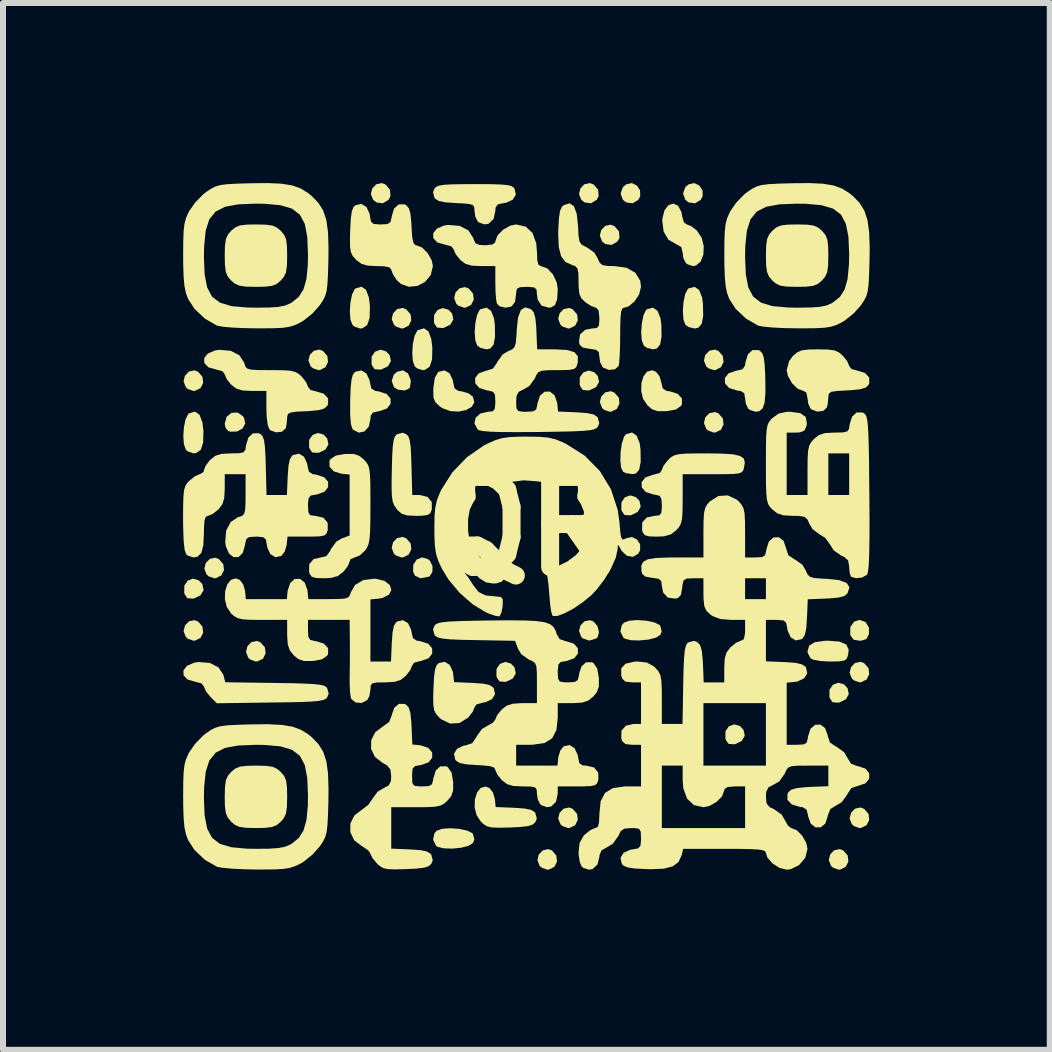
<source format=kicad_pcb>
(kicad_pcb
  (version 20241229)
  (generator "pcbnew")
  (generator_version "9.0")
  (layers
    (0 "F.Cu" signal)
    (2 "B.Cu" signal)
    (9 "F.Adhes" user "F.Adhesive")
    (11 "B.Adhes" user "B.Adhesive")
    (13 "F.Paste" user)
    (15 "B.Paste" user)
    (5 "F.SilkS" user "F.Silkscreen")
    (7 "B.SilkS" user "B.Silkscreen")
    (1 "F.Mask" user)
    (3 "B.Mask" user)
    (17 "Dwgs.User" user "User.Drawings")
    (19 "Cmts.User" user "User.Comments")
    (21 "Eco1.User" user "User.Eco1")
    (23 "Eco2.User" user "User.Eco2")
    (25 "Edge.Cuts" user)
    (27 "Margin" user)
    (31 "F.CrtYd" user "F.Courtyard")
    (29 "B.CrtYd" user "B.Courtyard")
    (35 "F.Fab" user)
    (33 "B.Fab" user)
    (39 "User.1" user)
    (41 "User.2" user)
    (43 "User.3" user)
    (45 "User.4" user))
  (footprint "QR"
    (layer "F.Cu")
    (at 5.722 5.717)
    (property "Reference" "QR" (at 0 0 0) (layer "F.SilkS") (effects (font (size 1.5 1.5) (thickness 0.3))))
    (attr board_only exclude_from_pos_files exclude_from_bom)
    (fp_poly (pts (xy -2.351 -5.695) (xy -2.274 -5.605) (xy -2.267 -5.498) (xy -2.299 -5.438) (xy -2.394 -5.38) (xy -2.501 -5.395) (xy -2.556 -5.438) (xy -2.594 -5.534) (xy -2.57 -5.629) (xy -2.503 -5.697) (xy -2.412 -5.717)) (stroke (width 0) (type solid)) (fill yes) (layer "F.SilkS"))
    (fp_poly (pts (xy 1.116 -5.695) (xy 1.194 -5.605) (xy 1.201 -5.498) (xy 1.169 -5.438) (xy 1.073 -5.38) (xy 0.966 -5.395) (xy 0.912 -5.438) (xy 0.874 -5.534) (xy 0.898 -5.629) (xy 0.964 -5.697) (xy 1.055 -5.717)) (stroke (width 0) (type solid)) (fill yes) (layer "F.SilkS"))
    (fp_poly (pts (xy 1.463 -5.001) (xy 1.541 -4.912) (xy 1.548 -4.804) (xy 1.515 -4.744) (xy 1.42 -4.687) (xy 1.313 -4.701) (xy 1.259 -4.744) (xy 1.221 -4.841) (xy 1.244 -4.935) (xy 1.311 -5.004) (xy 1.402 -5.024)) (stroke (width 0) (type solid)) (fill yes) (layer "F.SilkS"))
    (fp_poly (pts (xy 1.839 -5.676) (xy 1.891 -5.595) (xy 1.894 -5.497) (xy 1.862 -5.438) (xy 1.767 -5.38) (xy 1.66 -5.395) (xy 1.605 -5.438) (xy 1.567 -5.542) (xy 1.603 -5.646) (xy 1.658 -5.695) (xy 1.755 -5.717)) (stroke (width 0) (type solid)) (fill yes) (layer "F.SilkS"))
    (fp_poly (pts (xy 2.879 -5.676) (xy 2.932 -5.595) (xy 2.934 -5.497) (xy 2.902 -5.438) (xy 2.807 -5.38) (xy 2.7 -5.395) (xy 2.646 -5.438) (xy 2.607 -5.542) (xy 2.644 -5.646) (xy 2.698 -5.695) (xy 2.795 -5.717)) (stroke (width 0) (type solid)) (fill yes) (layer "F.SilkS"))
    (fp_poly (pts (xy -5.472 -2.574) (xy -5.399 -2.489) (xy -5.387 -2.389) (xy -5.431 -2.301) (xy -5.524 -2.255) (xy -5.548 -2.254) (xy -5.64 -2.285) (xy -5.676 -2.317) (xy -5.714 -2.414) (xy -5.691 -2.508) (xy -5.624 -2.577) (xy -5.533 -2.597)) (stroke (width 0) (type solid)) (fill yes) (layer "F.SilkS"))
    (fp_poly (pts (xy -5.472 1.587) (xy -5.399 1.672) (xy -5.387 1.773) (xy -5.431 1.86) (xy -5.524 1.906) (xy -5.548 1.907) (xy -5.64 1.876) (xy -5.676 1.844) (xy -5.714 1.748) (xy -5.691 1.653) (xy -5.624 1.584) (xy -5.533 1.565)) (stroke (width 0) (type solid)) (fill yes) (layer "F.SilkS"))
    (fp_poly (pts (xy -5.461 0.901) (xy -5.401 0.964) (xy -5.38 1.064) (xy -5.431 1.15) (xy -5.538 1.202) (xy -5.562 1.206) (xy -5.652 1.198) (xy -5.697 1.131) (xy -5.703 1.107) (xy -5.701 0.988) (xy -5.645 0.906) (xy -5.556 0.873)) (stroke (width 0) (type solid)) (fill yes) (layer "F.SilkS"))
    (fp_poly (pts (xy -5.126 0.547) (xy -5.052 0.632) (xy -5.04 0.732) (xy -5.085 0.82) (xy -5.177 0.865) (xy -5.201 0.867) (xy -5.293 0.836) (xy -5.33 0.804) (xy -5.368 0.707) (xy -5.344 0.613) (xy -5.277 0.544) (xy -5.186 0.524)) (stroke (width 0) (type solid)) (fill yes) (layer "F.SilkS"))
    (fp_poly (pts (xy -4.725 -1.833) (xy -4.708 -1.81) (xy -4.686 -1.713) (xy -4.73 -1.63) (xy -4.819 -1.579) (xy -4.933 -1.575) (xy -4.974 -1.588) (xy -5.017 -1.645) (xy -5.028 -1.71) (xy -4.996 -1.825) (xy -4.916 -1.889) (xy -4.817 -1.895)) (stroke (width 0) (type solid)) (fill yes) (layer "F.SilkS"))
    (fp_poly (pts (xy -4.432 1.934) (xy -4.358 2.019) (xy -4.347 2.119) (xy -4.391 2.207) (xy -4.484 2.252) (xy -4.508 2.254) (xy -4.599 2.223) (xy -4.636 2.191) (xy -4.674 2.094) (xy -4.65 2) (xy -4.584 1.931) (xy -4.493 1.911)) (stroke (width 0) (type solid)) (fill yes) (layer "F.SilkS"))
    (fp_poly (pts (xy -3.392 -2.921) (xy -3.318 -2.836) (xy -3.307 -2.735) (xy -3.351 -2.648) (xy -3.443 -2.602) (xy -3.468 -2.601) (xy -3.559 -2.632) (xy -3.596 -2.664) (xy -3.634 -2.76) (xy -3.61 -2.855) (xy -3.544 -2.923) (xy -3.452 -2.943)) (stroke (width 0) (type solid)) (fill yes) (layer "F.SilkS"))
    (fp_poly (pts (xy -3.381 -1.527) (xy -3.321 -1.463) (xy -3.3 -1.364) (xy -3.35 -1.277) (xy -3.458 -1.226) (xy -3.481 -1.222) (xy -3.571 -1.229) (xy -3.616 -1.296) (xy -3.623 -1.32) (xy -3.621 -1.439) (xy -3.564 -1.521) (xy -3.476 -1.554)) (stroke (width 0) (type solid)) (fill yes) (layer "F.SilkS"))
    (fp_poly (pts (xy -2.34 -2.914) (xy -2.28 -2.85) (xy -2.259 -2.751) (xy -2.31 -2.664) (xy -2.417 -2.613) (xy -2.441 -2.609) (xy -2.531 -2.616) (xy -2.576 -2.683) (xy -2.582 -2.707) (xy -2.581 -2.826) (xy -2.524 -2.908) (xy -2.436 -2.941)) (stroke (width 0) (type solid)) (fill yes) (layer "F.SilkS"))
    (fp_poly (pts (xy -2.005 -3.614) (xy -1.931 -3.529) (xy -1.92 -3.429) (xy -1.964 -3.341) (xy -2.056 -3.296) (xy -2.081 -3.294) (xy -2.172 -3.325) (xy -2.209 -3.357) (xy -2.247 -3.454) (xy -2.223 -3.548) (xy -2.157 -3.617) (xy -2.065 -3.637)) (stroke (width 0) (type solid)) (fill yes) (layer "F.SilkS"))
    (fp_poly (pts (xy -2.005 0.2) (xy -1.931 0.285) (xy -1.92 0.386) (xy -1.964 0.473) (xy -2.056 0.519) (xy -2.081 0.52) (xy -2.172 0.489) (xy -2.209 0.457) (xy -2.247 0.361) (xy -2.223 0.266) (xy -2.157 0.197) (xy -2.065 0.178)) (stroke (width 0) (type solid)) (fill yes) (layer "F.SilkS"))
    (fp_poly (pts (xy -1.976 -2.548) (xy -1.932 -2.443) (xy -1.929 -2.401) (xy -1.944 -2.307) (xy -2.004 -2.269) (xy -2.041 -2.263) (xy -2.146 -2.276) (xy -2.207 -2.315) (xy -2.247 -2.42) (xy -2.211 -2.525) (xy -2.156 -2.574) (xy -2.058 -2.597)) (stroke (width 0) (type solid)) (fill yes) (layer "F.SilkS"))
    (fp_poly (pts (xy -1.641 0.548) (xy -1.612 0.572) (xy -1.567 0.66) (xy -1.568 0.76) (xy -1.613 0.832) (xy -1.629 0.841) (xy -1.768 0.867) (xy -1.858 0.824) (xy -1.89 0.758) (xy -1.887 0.64) (xy -1.83 0.555) (xy -1.74 0.519)) (stroke (width 0) (type solid)) (fill yes) (layer "F.SilkS"))
    (fp_poly (pts (xy -1.3 -3.607) (xy -1.24 -3.543) (xy -1.219 -3.444) (xy -1.27 -3.358) (xy -1.377 -3.306) (xy -1.401 -3.302) (xy -1.491 -3.31) (xy -1.536 -3.377) (xy -1.542 -3.4) (xy -1.54 -3.52) (xy -1.483 -3.602) (xy -1.395 -3.635)) (stroke (width 0) (type solid)) (fill yes) (layer "F.SilkS"))
    (fp_poly (pts (xy -0.964 -3.961) (xy -0.891 -3.876) (xy -0.879 -3.776) (xy -0.923 -3.688) (xy -1.016 -3.642) (xy -1.04 -3.641) (xy -1.132 -3.672) (xy -1.169 -3.704) (xy -1.206 -3.801) (xy -1.183 -3.895) (xy -1.116 -3.964) (xy -1.025 -3.984)) (stroke (width 0) (type solid)) (fill yes) (layer "F.SilkS"))
    (fp_poly (pts (xy -0.26 2.288) (xy -0.2 2.351) (xy -0.179 2.451) (xy -0.229 2.537) (xy -0.337 2.589) (xy -0.36 2.593) (xy -0.451 2.585) (xy -0.495 2.518) (xy -0.502 2.494) (xy -0.5 2.375) (xy -0.443 2.293) (xy -0.355 2.26)) (stroke (width 0) (type solid)) (fill yes) (layer "F.SilkS"))
    (fp_poly (pts (xy 0.423 5.401) (xy 0.496 5.486) (xy 0.508 5.587) (xy 0.464 5.674) (xy 0.371 5.72) (xy 0.347 5.722) (xy 0.255 5.69) (xy 0.218 5.659) (xy 0.181 5.562) (xy 0.204 5.468) (xy 0.271 5.399) (xy 0.362 5.379)) (stroke (width 0) (type solid)) (fill yes) (layer "F.SilkS"))
    (fp_poly (pts (xy 0.769 -3.614) (xy 0.843 -3.529) (xy 0.854 -3.429) (xy 0.81 -3.341) (xy 0.718 -3.296) (xy 0.694 -3.294) (xy 0.602 -3.325) (xy 0.565 -3.357) (xy 0.527 -3.454) (xy 0.551 -3.548) (xy 0.618 -3.617) (xy 0.709 -3.637)) (stroke (width 0) (type solid)) (fill yes) (layer "F.SilkS"))
    (fp_poly (pts (xy 0.769 4.708) (xy 0.843 4.793) (xy 0.854 4.893) (xy 0.81 4.981) (xy 0.718 5.026) (xy 0.694 5.028) (xy 0.602 4.997) (xy 0.565 4.965) (xy 0.527 4.868) (xy 0.551 4.774) (xy 0.618 4.705) (xy 0.709 4.685)) (stroke (width 0) (type solid)) (fill yes) (layer "F.SilkS"))
    (fp_poly (pts (xy 1.116 1.587) (xy 1.182 1.664) (xy 1.207 1.764) (xy 1.185 1.849) (xy 1.163 1.869) (xy 1.044 1.905) (xy 0.936 1.868) (xy 0.912 1.844) (xy 0.874 1.748) (xy 0.898 1.653) (xy 0.964 1.584) (xy 1.056 1.565)) (stroke (width 0) (type solid)) (fill yes) (layer "F.SilkS"))
    (fp_poly (pts (xy 1.127 -2.567) (xy 1.187 -2.503) (xy 1.208 -2.404) (xy 1.158 -2.317) (xy 1.05 -2.266) (xy 1.027 -2.262) (xy 0.936 -2.27) (xy 0.892 -2.337) (xy 0.885 -2.36) (xy 0.887 -2.48) (xy 0.944 -2.561) (xy 1.032 -2.594)) (stroke (width 0) (type solid)) (fill yes) (layer "F.SilkS"))
    (fp_poly (pts (xy 1.463 -2.227) (xy 1.537 -2.142) (xy 1.548 -2.042) (xy 1.504 -1.954) (xy 1.411 -1.909) (xy 1.387 -1.907) (xy 1.295 -1.938) (xy 1.259 -1.97) (xy 1.221 -2.067) (xy 1.244 -2.161) (xy 1.311 -2.23) (xy 1.402 -2.25)) (stroke (width 0) (type solid)) (fill yes) (layer "F.SilkS"))
    (fp_poly (pts (xy 1.821 -0.486) (xy 1.881 -0.423) (xy 1.902 -0.323) (xy 1.851 -0.237) (xy 1.744 -0.185) (xy 1.72 -0.181) (xy 1.63 -0.189) (xy 1.585 -0.256) (xy 1.579 -0.28) (xy 1.581 -0.399) (xy 1.637 -0.481) (xy 1.725 -0.514)) (stroke (width 0) (type solid)) (fill yes) (layer "F.SilkS"))
    (fp_poly (pts (xy 3.197 -2.921) (xy 3.27 -2.836) (xy 3.282 -2.735) (xy 3.238 -2.648) (xy 3.145 -2.602) (xy 3.121 -2.601) (xy 3.029 -2.632) (xy 2.993 -2.664) (xy 2.955 -2.76) (xy 2.978 -2.855) (xy 3.045 -2.923) (xy 3.136 -2.943)) (stroke (width 0) (type solid)) (fill yes) (layer "F.SilkS"))
    (fp_poly (pts (xy 3.197 -1.881) (xy 3.27 -1.796) (xy 3.282 -1.695) (xy 3.238 -1.607) (xy 3.145 -1.562) (xy 3.121 -1.56) (xy 3.029 -1.592) (xy 2.993 -1.623) (xy 2.955 -1.72) (xy 2.978 -1.814) (xy 3.045 -1.883) (xy 3.136 -1.903)) (stroke (width 0) (type solid)) (fill yes) (layer "F.SilkS"))
    (fp_poly (pts (xy 3.555 3.328) (xy 3.615 3.392) (xy 3.636 3.491) (xy 3.585 3.577) (xy 3.478 3.629) (xy 3.454 3.633) (xy 3.364 3.625) (xy 3.319 3.558) (xy 3.313 3.535) (xy 3.314 3.415) (xy 3.371 3.333) (xy 3.459 3.301)) (stroke (width 0) (type solid)) (fill yes) (layer "F.SilkS"))
    (fp_poly (pts (xy 5.277 5.401) (xy 5.351 5.486) (xy 5.362 5.587) (xy 5.318 5.674) (xy 5.225 5.72) (xy 5.201 5.722) (xy 5.11 5.69) (xy 5.073 5.659) (xy 5.035 5.562) (xy 5.059 5.468) (xy 5.125 5.399) (xy 5.217 5.379)) (stroke (width 0) (type solid)) (fill yes) (layer "F.SilkS"))
    (fp_poly (pts (xy 5.288 2.634) (xy 5.348 2.698) (xy 5.369 2.797) (xy 5.319 2.884) (xy 5.211 2.936) (xy 5.188 2.939) (xy 5.098 2.932) (xy 5.053 2.865) (xy 5.046 2.841) (xy 5.048 2.722) (xy 5.105 2.64) (xy 5.193 2.607)) (stroke (width 0) (type solid)) (fill yes) (layer "F.SilkS"))
    (fp_poly (pts (xy 5.624 2.28) (xy 5.698 2.365) (xy 5.709 2.466) (xy 5.665 2.554) (xy 5.572 2.599) (xy 5.548 2.601) (xy 5.457 2.569) (xy 5.42 2.538) (xy 5.382 2.441) (xy 5.406 2.347) (xy 5.472 2.278) (xy 5.563 2.258)) (stroke (width 0) (type solid)) (fill yes) (layer "F.SilkS"))
    (fp_poly (pts (xy 5.624 4.708) (xy 5.698 4.793) (xy 5.709 4.893) (xy 5.665 4.981) (xy 5.572 5.026) (xy 5.548 5.028) (xy 5.457 4.997) (xy 5.42 4.965) (xy 5.382 4.868) (xy 5.406 4.774) (xy 5.472 4.705) (xy 5.563 4.685)) (stroke (width 0) (type solid)) (fill yes) (layer "F.SilkS"))
    (fp_poly (pts (xy 5.649 1.597) (xy 5.705 1.69) (xy 5.704 1.798) (xy 5.663 1.879) (xy 5.577 1.906) (xy 5.548 1.907) (xy 5.448 1.89) (xy 5.399 1.822) (xy 5.392 1.798) (xy 5.395 1.677) (xy 5.458 1.589) (xy 5.548 1.56)) (stroke (width 0) (type solid)) (fill yes) (layer "F.SilkS"))
    (fp_poly (pts (xy -5.448 -1.858) (xy -5.4 -1.728) (xy -5.383 -1.585) (xy -5.388 -1.391) (xy -5.428 -1.271) (xy -5.507 -1.218) (xy -5.548 -1.214) (xy -5.64 -1.245) (xy -5.675 -1.275) (xy -5.708 -1.364) (xy -5.718 -1.499) (xy -5.708 -1.649) (xy -5.68 -1.783) (xy -5.636 -1.87) (xy -5.624 -1.881) (xy -5.523 -1.91)) (stroke (width 0) (type solid)) (fill yes) (layer "F.SilkS"))
    (fp_poly (pts (xy -2.674 -3.939) (xy -2.626 -3.809) (xy -2.609 -3.665) (xy -2.614 -3.472) (xy -2.654 -3.352) (xy -2.733 -3.298) (xy -2.774 -3.294) (xy -2.866 -3.325) (xy -2.901 -3.356) (xy -2.934 -3.444) (xy -2.944 -3.579) (xy -2.934 -3.729) (xy -2.906 -3.864) (xy -2.862 -3.951) (xy -2.85 -3.961) (xy -2.749 -3.991)) (stroke (width 0) (type solid)) (fill yes) (layer "F.SilkS"))
    (fp_poly (pts (xy -1.634 -3.245) (xy -1.586 -3.115) (xy -1.569 -2.972) (xy -1.574 -2.778) (xy -1.614 -2.658) (xy -1.693 -2.605) (xy -1.734 -2.601) (xy -1.826 -2.632) (xy -1.861 -2.662) (xy -1.894 -2.751) (xy -1.904 -2.886) (xy -1.894 -3.036) (xy -1.866 -3.17) (xy -1.822 -3.257) (xy -1.81 -3.268) (xy -1.709 -3.297)) (stroke (width 0) (type solid)) (fill yes) (layer "F.SilkS"))
    (fp_poly (pts (xy -0.592 -3.59) (xy -0.542 -3.464) (xy -0.528 -3.358) (xy -0.525 -3.156) (xy -0.549 -3.027) (xy -0.603 -2.961) (xy -0.667 -2.947) (xy -0.769 -2.972) (xy -0.821 -3.009) (xy -0.854 -3.097) (xy -0.864 -3.232) (xy -0.853 -3.383) (xy -0.825 -3.517) (xy -0.782 -3.604) (xy -0.769 -3.615) (xy -0.669 -3.642)) (stroke (width 0) (type solid)) (fill yes) (layer "F.SilkS"))
    (fp_poly (pts (xy 1.835 -1.509) (xy 1.885 -1.384) (xy 1.899 -1.277) (xy 1.902 -1.073) (xy 1.877 -0.944) (xy 1.822 -0.879) (xy 1.765 -0.868) (xy 1.662 -0.884) (xy 1.612 -0.904) (xy 1.577 -0.97) (xy 1.563 -1.091) (xy 1.567 -1.238) (xy 1.588 -1.381) (xy 1.624 -1.491) (xy 1.658 -1.534) (xy 1.758 -1.561)) (stroke (width 0) (type solid)) (fill yes) (layer "F.SilkS"))
    (fp_poly (pts (xy 2.182 -3.59) (xy 2.232 -3.464) (xy 2.246 -3.358) (xy 2.249 -3.156) (xy 2.225 -3.027) (xy 2.171 -2.961) (xy 2.107 -2.947) (xy 2.005 -2.972) (xy 1.954 -3.009) (xy 1.92 -3.097) (xy 1.91 -3.232) (xy 1.921 -3.383) (xy 1.949 -3.517) (xy 1.992 -3.604) (xy 2.005 -3.615) (xy 2.105 -3.642)) (stroke (width 0) (type solid)) (fill yes) (layer "F.SilkS"))
    (fp_poly (pts (xy 2.876 -3.936) (xy 2.925 -3.811) (xy 2.939 -3.704) (xy 2.943 -3.502) (xy 2.919 -3.374) (xy 2.864 -3.308) (xy 2.8 -3.294) (xy 2.698 -3.319) (xy 2.647 -3.356) (xy 2.614 -3.444) (xy 2.604 -3.579) (xy 2.614 -3.729) (xy 2.642 -3.864) (xy 2.686 -3.951) (xy 2.698 -3.961) (xy 2.798 -3.988)) (stroke (width 0) (type solid)) (fill yes) (layer "F.SilkS"))
    (fp_poly (pts (xy -1.125 5.041) (xy -0.991 5.07) (xy -0.904 5.113) (xy -0.893 5.126) (xy -0.869 5.219) (xy -0.893 5.277) (xy -0.964 5.324) (xy -1.09 5.356) (xy -1.24 5.371) (xy -1.382 5.366) (xy -1.485 5.34) (xy -1.507 5.325) (xy -1.557 5.223) (xy -1.535 5.117) (xy -1.499 5.074) (xy -1.41 5.041) (xy -1.275 5.031)) (stroke (width 0) (type solid)) (fill yes) (layer "F.SilkS"))
    (fp_poly (pts (xy 1.996 1.574) (xy 2.13 1.602) (xy 2.217 1.645) (xy 2.228 1.658) (xy 2.252 1.752) (xy 2.228 1.81) (xy 2.156 1.856) (xy 2.031 1.888) (xy 1.881 1.903) (xy 1.739 1.899) (xy 1.636 1.872) (xy 1.614 1.857) (xy 1.564 1.756) (xy 1.586 1.649) (xy 1.622 1.607) (xy 1.71 1.574) (xy 1.845 1.563)) (stroke (width 0) (type solid)) (fill yes) (layer "F.SilkS"))
    (fp_poly (pts (xy 5.216 1.922) (xy 5.326 1.97) (xy 5.367 2.055) (xy 5.357 2.145) (xy 5.336 2.205) (xy 5.294 2.237) (xy 5.211 2.251) (xy 5.064 2.254) (xy 5.058 2.254) (xy 4.901 2.246) (xy 4.782 2.225) (xy 4.733 2.202) (xy 4.687 2.117) (xy 4.681 2.081) (xy 4.71 1.988) (xy 4.801 1.932) (xy 4.964 1.909) (xy 5.031 1.907)) (stroke (width 0) (type solid)) (fill yes) (layer "F.SilkS"))
    (fp_poly (pts (xy 2.156 -2.574) (xy 2.215 -2.5) (xy 2.246 -2.393) (xy 2.269 -2.296) (xy 2.332 -2.255) (xy 2.393 -2.246) (xy 2.519 -2.206) (xy 2.589 -2.129) (xy 2.589 -2.033) (xy 2.574 -2.005) (xy 2.486 -1.944) (xy 2.326 -1.916) (xy 2.186 -1.916) (xy 2.091 -1.949) (xy 2.014 -2.014) (xy 1.941 -2.124) (xy 1.91 -2.253) (xy 1.914 -2.384) (xy 1.948 -2.498) (xy 2.009 -2.576) (xy 2.092 -2.599)) (stroke (width 0) (type solid)) (fill yes) (layer "F.SilkS"))
    (fp_poly (pts (xy -1.28 -2.545) (xy -1.228 -2.433) (xy -1.222 -2.393) (xy -1.199 -2.296) (xy -1.136 -2.255) (xy -1.075 -2.246) (xy -0.964 -2.213) (xy -0.893 -2.156) (xy -0.87 -2.063) (xy -0.915 -1.988) (xy -1.009 -1.935) (xy -1.133 -1.91) (xy -1.269 -1.918) (xy -1.4 -1.966) (xy -1.446 -1.997) (xy -1.517 -2.064) (xy -1.55 -2.138) (xy -1.554 -2.254) (xy -1.552 -2.308) (xy -1.528 -2.472) (xy -1.477 -2.563) (xy -1.463 -2.574) (xy -1.364 -2.596)) (stroke (width 0) (type solid)) (fill yes) (layer "F.SilkS"))
    (fp_poly (pts (xy -0.618 4.361) (xy -0.559 4.436) (xy -0.528 4.543) (xy -0.515 4.678) (xy -0.208 4.69) (xy -0.031 4.703) (xy 0.077 4.726) (xy 0.137 4.765) (xy 0.147 4.779) (xy 0.171 4.872) (xy 0.147 4.93) (xy 0.105 4.969) (xy 0.028 4.995) (xy -0.102 5.01) (xy -0.276 5.019) (xy -0.46 5.023) (xy -0.579 5.018) (xy -0.658 4.999) (xy -0.717 4.962) (xy -0.761 4.921) (xy -0.833 4.811) (xy -0.865 4.681) (xy -0.86 4.55) (xy -0.825 4.437) (xy -0.764 4.359) (xy -0.682 4.337)) (stroke (width 0) (type solid)) (fill yes) (layer "F.SilkS"))
    (fp_poly (pts (xy 2.526 -5.338) (xy 2.581 -5.232) (xy 2.593 -5.164) (xy 2.622 -5.061) (xy 2.67 -5.028) (xy 2.743 -4.999) (xy 2.833 -4.929) (xy 2.841 -4.922) (xy 2.918 -4.804) (xy 2.952 -4.665) (xy 2.946 -4.526) (xy 2.902 -4.411) (xy 2.824 -4.344) (xy 2.774 -4.334) (xy 2.683 -4.363) (xy 2.653 -4.386) (xy 2.613 -4.467) (xy 2.601 -4.555) (xy 2.578 -4.652) (xy 2.496 -4.698) (xy 2.493 -4.699) (xy 2.364 -4.773) (xy 2.284 -4.909) (xy 2.261 -5.093) (xy 2.262 -5.118) (xy 2.298 -5.264) (xy 2.366 -5.351) (xy 2.448 -5.376)) (stroke (width 0) (type solid)) (fill yes) (layer "F.SilkS"))
    (fp_poly (pts (xy -2.667 -2.545) (xy -2.615 -2.433) (xy -2.609 -2.393) (xy -2.586 -2.296) (xy -2.523 -2.255) (xy -2.462 -2.246) (xy -2.332 -2.204) (xy -2.266 -2.128) (xy -2.265 -2.039) (xy -2.327 -1.961) (xy -2.453 -1.917) (xy -2.464 -1.915) (xy -2.56 -1.894) (xy -2.597 -1.84) (xy -2.601 -1.783) (xy -2.629 -1.658) (xy -2.701 -1.579) (xy -2.795 -1.559) (xy -2.888 -1.607) (xy -2.9 -1.621) (xy -2.926 -1.702) (xy -2.939 -1.863) (xy -2.938 -2.099) (xy -2.938 -2.104) (xy -2.93 -2.308) (xy -2.916 -2.441) (xy -2.894 -2.522) (xy -2.861 -2.567) (xy -2.85 -2.574) (xy -2.751 -2.596)) (stroke (width 0) (type solid)) (fill yes) (layer "F.SilkS"))
    (fp_poly (pts (xy 3.862 -2.935) (xy 3.89 -2.921) (xy 3.927 -2.883) (xy 3.951 -2.813) (xy 3.967 -2.695) (xy 3.977 -2.511) (xy 3.978 -2.451) (xy 3.98 -2.219) (xy 3.966 -2.06) (xy 3.934 -1.964) (xy 3.879 -1.917) (xy 3.818 -1.907) (xy 3.723 -1.936) (xy 3.693 -1.959) (xy 3.654 -2.039) (xy 3.641 -2.13) (xy 3.628 -2.215) (xy 3.57 -2.252) (xy 3.504 -2.262) (xy 3.374 -2.303) (xy 3.307 -2.38) (xy 3.304 -2.469) (xy 3.365 -2.547) (xy 3.491 -2.591) (xy 3.502 -2.592) (xy 3.599 -2.616) (xy 3.64 -2.678) (xy 3.649 -2.74) (xy 3.689 -2.866) (xy 3.765 -2.935)) (stroke (width 0) (type solid)) (fill yes) (layer "F.SilkS"))
    (fp_poly (pts (xy -4.339 -5.024) (xy -4.229 -5.008) (xy -4.154 -4.973) (xy -4.094 -4.922) (xy -4.037 -4.853) (xy -4.005 -4.775) (xy -3.991 -4.659) (xy -3.988 -4.508) (xy -3.992 -4.339) (xy -4.008 -4.229) (xy -4.043 -4.154) (xy -4.094 -4.094) (xy -4.162 -4.037) (xy -4.241 -4.005) (xy -4.356 -3.991) (xy -4.508 -3.988) (xy -4.677 -3.992) (xy -4.786 -4.008) (xy -4.862 -4.043) (xy -4.922 -4.094) (xy -4.979 -4.162) (xy -5.011 -4.241) (xy -5.025 -4.356) (xy -5.028 -4.508) (xy -5.024 -4.677) (xy -5.008 -4.786) (xy -4.973 -4.862) (xy -4.922 -4.922) (xy -4.853 -4.979) (xy -4.775 -5.011) (xy -4.659 -5.025) (xy -4.508 -5.028)) (stroke (width 0) (type solid)) (fill yes) (layer "F.SilkS"))
    (fp_poly (pts (xy -4.339 3.992) (xy -4.229 4.008) (xy -4.154 4.043) (xy -4.094 4.094) (xy -4.037 4.162) (xy -4.005 4.241) (xy -3.991 4.356) (xy -3.988 4.508) (xy -3.992 4.677) (xy -4.008 4.786) (xy -4.043 4.862) (xy -4.094 4.922) (xy -4.162 4.979) (xy -4.241 5.011) (xy -4.356 5.025) (xy -4.508 5.028) (xy -4.677 5.024) (xy -4.786 5.008) (xy -4.862 4.973) (xy -4.922 4.922) (xy -4.979 4.853) (xy -5.011 4.775) (xy -5.025 4.659) (xy -5.028 4.508) (xy -5.024 4.339) (xy -5.008 4.229) (xy -4.973 4.154) (xy -4.922 4.094) (xy -4.853 4.037) (xy -4.775 4.005) (xy -4.659 3.991) (xy -4.508 3.988)) (stroke (width 0) (type solid)) (fill yes) (layer "F.SilkS"))
    (fp_poly (pts (xy -2.005 -1.534) (xy -1.97 -1.499) (xy -1.947 -1.436) (xy -1.931 -1.329) (xy -1.922 -1.162) (xy -1.917 -1.003) (xy -1.904 -0.52) (xy -1.781 -0.52) (xy -1.649 -0.489) (xy -1.579 -0.404) (xy -1.578 -0.282) (xy -1.602 -0.219) (xy -1.649 -0.187) (xy -1.743 -0.175) (xy -1.84 -0.173) (xy -1.985 -0.18) (xy -2.076 -0.206) (xy -2.144 -0.263) (xy -2.165 -0.289) (xy -2.203 -0.345) (xy -2.229 -0.408) (xy -2.243 -0.497) (xy -2.248 -0.629) (xy -2.247 -0.821) (xy -2.244 -0.946) (xy -2.238 -1.177) (xy -2.228 -1.336) (xy -2.213 -1.438) (xy -2.191 -1.499) (xy -2.159 -1.532) (xy -2.156 -1.534) (xy -2.063 -1.558)) (stroke (width 0) (type solid)) (fill yes) (layer "F.SilkS"))
    (fp_poly (pts (xy -1.28 2.31) (xy -1.228 2.422) (xy -1.222 2.462) (xy -1.208 2.597) (xy -0.901 2.61) (xy -0.725 2.622) (xy -0.616 2.646) (xy -0.557 2.685) (xy -0.547 2.698) (xy -0.524 2.797) (xy -0.576 2.881) (xy -0.688 2.933) (xy -0.73 2.939) (xy -0.834 2.969) (xy -0.867 3.017) (xy -0.896 3.09) (xy -0.966 3.18) (xy -0.973 3.188) (xy -1.116 3.278) (xy -1.272 3.288) (xy -1.421 3.217) (xy -1.456 3.186) (xy -1.508 3.127) (xy -1.539 3.065) (xy -1.553 2.976) (xy -1.555 2.839) (xy -1.551 2.703) (xy -1.541 2.511) (xy -1.525 2.388) (xy -1.498 2.316) (xy -1.463 2.28) (xy -1.364 2.258)) (stroke (width 0) (type solid)) (fill yes) (layer "F.SilkS"))
    (fp_poly (pts (xy 4.677 -5.024) (xy 4.786 -5.008) (xy 4.862 -4.973) (xy 4.922 -4.922) (xy 4.979 -4.853) (xy 5.011 -4.775) (xy 5.025 -4.659) (xy 5.028 -4.508) (xy 5.024 -4.339) (xy 5.008 -4.229) (xy 4.973 -4.154) (xy 4.922 -4.094) (xy 4.853 -4.037) (xy 4.775 -4.005) (xy 4.659 -3.991) (xy 4.508 -3.988) (xy 4.339 -3.992) (xy 4.229 -4.008) (xy 4.154 -4.043) (xy 4.094 -4.094) (xy 4.037 -4.162) (xy 4.005 -4.241) (xy 3.991 -4.356) (xy 3.988 -4.508) (xy 3.992 -4.677) (xy 4.008 -4.786) (xy 4.043 -4.862) (xy 4.094 -4.922) (xy 4.162 -4.979) (xy 4.241 -5.011) (xy 4.356 -5.025) (xy 4.508 -5.028)) (stroke (width 0) (type solid)) (fill yes) (layer "F.SilkS"))
    (fp_poly (pts (xy -5.275 2.278) (xy -5.133 2.351) (xy -5.051 2.474) (xy -5.046 2.492) (xy -5.019 2.599) (xy -4.194 2.611) (xy -3.903 2.615) (xy -3.688 2.622) (xy -3.535 2.63) (xy -3.433 2.642) (xy -3.37 2.658) (xy -3.334 2.681) (xy -3.321 2.698) (xy -3.296 2.791) (xy -3.321 2.85) (xy -3.345 2.876) (xy -3.388 2.895) (xy -3.461 2.91) (xy -3.576 2.92) (xy -3.744 2.928) (xy -3.977 2.933) (xy -4.264 2.937) (xy -5.16 2.949) (xy -5.267 2.842) (xy -5.34 2.752) (xy -5.374 2.676) (xy -5.375 2.67) (xy -5.415 2.618) (xy -5.511 2.593) (xy -5.647 2.554) (xy -5.714 2.484) (xy -5.716 2.401) (xy -5.656 2.324) (xy -5.534 2.272) (xy -5.464 2.262)) (stroke (width 0) (type solid)) (fill yes) (layer "F.SilkS"))
    (fp_poly (pts (xy -0.619 -5.699) (xy -0.445 -5.694) (xy -0.329 -5.685) (xy -0.257 -5.669) (xy -0.217 -5.645) (xy -0.2 -5.624) (xy -0.178 -5.525) (xy -0.229 -5.441) (xy -0.341 -5.389) (xy -0.384 -5.383) (xy -0.48 -5.362) (xy -0.516 -5.308) (xy -0.52 -5.251) (xy -0.55 -5.118) (xy -0.63 -5.041) (xy -0.694 -5.028) (xy -0.785 -5.057) (xy -0.815 -5.08) (xy -0.854 -5.16) (xy -0.867 -5.251) (xy -0.871 -5.314) (xy -0.894 -5.35) (xy -0.956 -5.369) (xy -1.075 -5.379) (xy -1.177 -5.384) (xy -1.354 -5.396) (xy -1.463 -5.419) (xy -1.523 -5.458) (xy -1.534 -5.472) (xy -1.558 -5.566) (xy -1.534 -5.624) (xy -1.505 -5.654) (xy -1.455 -5.675) (xy -1.369 -5.689) (xy -1.234 -5.696) (xy -1.035 -5.699) (xy -0.867 -5.7)) (stroke (width 0) (type solid)) (fill yes) (layer "F.SilkS"))
    (fp_poly (pts (xy 5.024 -2.944) (xy 5.133 -2.928) (xy 5.209 -2.893) (xy 5.268 -2.841) (xy 5.341 -2.751) (xy 5.374 -2.675) (xy 5.375 -2.67) (xy 5.415 -2.618) (xy 5.511 -2.593) (xy 5.639 -2.553) (xy 5.709 -2.477) (xy 5.71 -2.381) (xy 5.695 -2.351) (xy 5.646 -2.308) (xy 5.553 -2.281) (xy 5.398 -2.266) (xy 5.338 -2.263) (xy 5.177 -2.254) (xy 5.084 -2.241) (xy 5.041 -2.215) (xy 5.029 -2.171) (xy 5.028 -2.147) (xy 5.017 -2.035) (xy 5.002 -1.976) (xy 4.941 -1.921) (xy 4.844 -1.91) (xy 4.75 -1.945) (xy 4.733 -1.959) (xy 4.694 -2.039) (xy 4.681 -2.133) (xy 4.66 -2.23) (xy 4.614 -2.254) (xy 4.516 -2.291) (xy 4.421 -2.385) (xy 4.354 -2.505) (xy 4.334 -2.601) (xy 4.375 -2.753) (xy 4.441 -2.841) (xy 4.509 -2.898) (xy 4.588 -2.931) (xy 4.703 -2.945) (xy 4.855 -2.947)) (stroke (width 0) (type solid)) (fill yes) (layer "F.SilkS"))
    (fp_poly (pts (xy -2.879 -1.205) (xy -2.784 -1.172) (xy -2.709 -1.11) (xy -2.668 -1.065) (xy -2.638 -1.017) (xy -2.619 -0.951) (xy -2.608 -0.853) (xy -2.602 -0.706) (xy -2.601 -0.496) (xy -2.601 -0.355) (xy -2.602 -0.101) (xy -2.606 0.081) (xy -2.615 0.207) (xy -2.631 0.293) (xy -2.656 0.354) (xy -2.691 0.406) (xy -2.776 0.485) (xy -2.861 0.52) (xy -2.864 0.52) (xy -2.933 0.549) (xy -2.947 0.587) (xy -2.976 0.662) (xy -3.046 0.753) (xy -3.054 0.761) (xy -3.145 0.83) (xy -3.257 0.861) (xy -3.378 0.867) (xy -3.509 0.862) (xy -3.579 0.841) (xy -3.613 0.793) (xy -3.623 0.758) (xy -3.62 0.631) (xy -3.547 0.547) (xy -3.428 0.52) (xy -3.335 0.498) (xy -3.275 0.417) (xy -3.263 0.387) (xy -3.17 0.257) (xy -3.08 0.204) (xy -2.947 0.154) (xy -2.947 -0.354) (xy -2.947 -0.861) (xy -3.084 -0.875) (xy -3.211 -0.914) (xy -3.282 -0.991) (xy -3.283 -1.087) (xy -3.268 -1.116) (xy -3.179 -1.177) (xy -3.019 -1.205)) (stroke (width 0) (type solid)) (fill yes) (layer "F.SilkS"))
    (fp_poly (pts (xy -2.667 -5.319) (xy -2.615 -5.207) (xy -2.609 -5.164) (xy -2.592 -5.076) (xy -2.549 -5.037) (xy -2.45 -5.028) (xy -2.427 -5.028) (xy -2.318 -5.034) (xy -2.267 -5.067) (xy -2.248 -5.146) (xy -2.246 -5.164) (xy -2.207 -5.292) (xy -2.13 -5.362) (xy -2.034 -5.363) (xy -2.005 -5.348) (xy -1.961 -5.299) (xy -1.934 -5.206) (xy -1.919 -5.051) (xy -1.916 -4.991) (xy -1.905 -4.822) (xy -1.886 -4.725) (xy -1.857 -4.685) (xy -1.838 -4.681) (xy -1.741 -4.644) (xy -1.648 -4.551) (xy -1.58 -4.431) (xy -1.56 -4.334) (xy -1.596 -4.185) (xy -1.689 -4.072) (xy -1.817 -4.004) (xy -1.958 -3.989) (xy -2.092 -4.036) (xy -2.164 -4.102) (xy -2.226 -4.198) (xy -2.254 -4.273) (xy -2.254 -4.275) (xy -2.282 -4.312) (xy -2.375 -4.331) (xy -2.494 -4.334) (xy -2.649 -4.342) (xy -2.751 -4.372) (xy -2.834 -4.434) (xy -2.843 -4.443) (xy -2.895 -4.501) (xy -2.926 -4.564) (xy -2.94 -4.652) (xy -2.942 -4.789) (xy -2.938 -4.926) (xy -2.928 -5.118) (xy -2.912 -5.241) (xy -2.885 -5.313) (xy -2.85 -5.348) (xy -2.751 -5.37)) (stroke (width 0) (type solid)) (fill yes) (layer "F.SilkS"))
    (fp_poly (pts (xy 3.261 -1.21) (xy 3.442 -1.198) (xy 3.557 -1.171) (xy 3.619 -1.128) (xy 3.637 -1.062) (xy 3.623 -0.976) (xy 3.609 -0.929) (xy 3.583 -0.898) (xy 3.531 -0.88) (xy 3.436 -0.87) (xy 3.283 -0.867) (xy 3.098 -0.867) (xy 2.601 -0.867) (xy 2.601 -0.453) (xy 2.599 -0.257) (xy 2.591 -0.128) (xy 2.572 -0.043) (xy 2.538 0.018) (xy 2.494 0.067) (xy 2.403 0.136) (xy 2.291 0.168) (xy 2.17 0.173) (xy 2.039 0.169) (xy 1.969 0.148) (xy 1.935 0.099) (xy 1.925 0.064) (xy 1.927 -0.062) (xy 2.001 -0.145) (xy 2.129 -0.173) (xy 2.21 -0.181) (xy 2.245 -0.22) (xy 2.254 -0.316) (xy 2.254 -0.344) (xy 2.248 -0.455) (xy 2.217 -0.506) (xy 2.14 -0.526) (xy 2.117 -0.528) (xy 1.986 -0.57) (xy 1.92 -0.646) (xy 1.917 -0.735) (xy 1.98 -0.813) (xy 2.106 -0.858) (xy 2.117 -0.859) (xy 2.221 -0.888) (xy 2.254 -0.937) (xy 2.283 -1.009) (xy 2.353 -1.099) (xy 2.36 -1.107) (xy 2.409 -1.152) (xy 2.463 -1.182) (xy 2.537 -1.2) (xy 2.651 -1.21) (xy 2.82 -1.213) (xy 3.005 -1.214)) (stroke (width 0) (type solid)) (fill yes) (layer "F.SilkS"))
    (fp_poly (pts (xy -4.928 -2.923) (xy -4.786 -2.85) (xy -4.704 -2.726) (xy -4.699 -2.708) (xy -4.683 -2.658) (xy -4.652 -2.627) (xy -4.591 -2.61) (xy -4.481 -2.602) (xy -4.306 -2.601) (xy -4.263 -2.601) (xy -4.068 -2.599) (xy -3.939 -2.591) (xy -3.855 -2.571) (xy -3.794 -2.537) (xy -3.747 -2.494) (xy -3.675 -2.404) (xy -3.641 -2.329) (xy -3.641 -2.324) (xy -3.601 -2.271) (xy -3.504 -2.246) (xy -3.377 -2.207) (xy -3.306 -2.13) (xy -3.306 -2.034) (xy -3.321 -2.005) (xy -3.37 -1.961) (xy -3.463 -1.934) (xy -3.618 -1.919) (xy -3.678 -1.916) (xy -3.839 -1.908) (xy -3.931 -1.894) (xy -3.975 -1.868) (xy -3.987 -1.824) (xy -3.988 -1.8) (xy -3.999 -1.689) (xy -4.014 -1.629) (xy -4.075 -1.575) (xy -4.172 -1.564) (xy -4.266 -1.598) (xy -4.282 -1.612) (xy -4.311 -1.684) (xy -4.329 -1.818) (xy -4.334 -1.959) (xy -4.334 -2.254) (xy -4.575 -2.254) (xy -4.73 -2.262) (xy -4.832 -2.292) (xy -4.915 -2.354) (xy -4.922 -2.36) (xy -4.994 -2.45) (xy -5.028 -2.526) (xy -5.028 -2.531) (xy -5.068 -2.584) (xy -5.164 -2.609) (xy -5.3 -2.648) (xy -5.368 -2.718) (xy -5.37 -2.801) (xy -5.309 -2.877) (xy -5.188 -2.929) (xy -5.118 -2.939)) (stroke (width 0) (type solid)) (fill yes) (layer "F.SilkS"))
    (fp_poly (pts (xy -0.013 -4.991) (xy 0.1 -4.885) (xy 0.162 -4.713) (xy 0.173 -4.575) (xy 0.179 -4.431) (xy 0.198 -4.357) (xy 0.237 -4.335) (xy 0.24 -4.334) (xy 0.347 -4.295) (xy 0.441 -4.195) (xy 0.504 -4.059) (xy 0.52 -3.95) (xy 0.51 -3.781) (xy 0.474 -3.683) (xy 0.406 -3.644) (xy 0.372 -3.641) (xy 0.251 -3.675) (xy 0.185 -3.775) (xy 0.173 -3.866) (xy 0.166 -3.944) (xy 0.126 -3.979) (xy 0.03 -3.988) (xy 0 -3.988) (xy -0.112 -3.982) (xy -0.162 -3.954) (xy -0.173 -3.889) (xy -0.173 -3.883) (xy -0.191 -3.738) (xy -0.25 -3.661) (xy -0.347 -3.641) (xy -0.449 -3.664) (xy -0.494 -3.71) (xy -0.508 -3.787) (xy -0.517 -3.92) (xy -0.52 -4.056) (xy -0.52 -4.334) (xy -0.761 -4.334) (xy -0.916 -4.342) (xy -1.018 -4.372) (xy -1.101 -4.434) (xy -1.107 -4.441) (xy -1.18 -4.531) (xy -1.213 -4.607) (xy -1.214 -4.611) (xy -1.254 -4.664) (xy -1.35 -4.689) (xy -1.486 -4.728) (xy -1.553 -4.798) (xy -1.555 -4.881) (xy -1.494 -4.958) (xy -1.373 -5.01) (xy -1.303 -5.02) (xy -1.114 -5.004) (xy -0.971 -4.93) (xy -0.89 -4.807) (xy -0.885 -4.789) (xy -0.853 -4.717) (xy -0.788 -4.687) (xy -0.689 -4.681) (xy -0.571 -4.692) (xy -0.523 -4.728) (xy -0.52 -4.748) (xy -0.483 -4.846) (xy -0.389 -4.941) (xy -0.269 -5.009) (xy -0.173 -5.028)) (stroke (width 0) (type solid)) (fill yes) (layer "F.SilkS"))
    (fp_poly (pts (xy 0.789 -5.333) (xy 0.836 -5.206) (xy 0.858 -5) (xy 0.866 -4.841) (xy 0.882 -4.746) (xy 0.914 -4.694) (xy 0.97 -4.662) (xy 1.001 -4.649) (xy 1.13 -4.558) (xy 1.183 -4.467) (xy 1.218 -4.39) (xy 1.267 -4.35) (xy 1.356 -4.336) (xy 1.464 -4.334) (xy 1.669 -4.306) (xy 1.814 -4.222) (xy 1.894 -4.089) (xy 1.907 -3.988) (xy 1.877 -3.866) (xy 1.802 -3.749) (xy 1.704 -3.665) (xy 1.627 -3.641) (xy 1.597 -3.628) (xy 1.577 -3.58) (xy 1.566 -3.483) (xy 1.561 -3.322) (xy 1.56 -3.189) (xy 1.558 -2.994) (xy 1.551 -2.827) (xy 1.542 -2.71) (xy 1.534 -2.669) (xy 1.474 -2.615) (xy 1.376 -2.604) (xy 1.282 -2.639) (xy 1.266 -2.653) (xy 1.226 -2.733) (xy 1.214 -2.823) (xy 1.203 -2.903) (xy 1.156 -2.94) (xy 1.051 -2.956) (xy 0.939 -2.976) (xy 0.887 -3.021) (xy 0.874 -3.069) (xy 0.891 -3.195) (xy 0.977 -3.273) (xy 1.089 -3.294) (xy 1.169 -3.302) (xy 1.205 -3.34) (xy 1.213 -3.435) (xy 1.214 -3.468) (xy 1.201 -3.594) (xy 1.161 -3.64) (xy 1.154 -3.641) (xy 1.082 -3.666) (xy 0.986 -3.727) (xy 0.981 -3.731) (xy 0.915 -3.794) (xy 0.881 -3.869) (xy 0.868 -3.986) (xy 0.867 -4.073) (xy 0.864 -4.216) (xy 0.848 -4.295) (xy 0.811 -4.334) (xy 0.759 -4.352) (xy 0.648 -4.403) (xy 0.576 -4.498) (xy 0.537 -4.65) (xy 0.527 -4.869) (xy 0.529 -4.943) (xy 0.54 -5.131) (xy 0.557 -5.25) (xy 0.587 -5.319) (xy 0.618 -5.348) (xy 0.717 -5.38)) (stroke (width 0) (type solid)) (fill yes) (layer "F.SilkS"))
    (fp_poly (pts (xy -4.076 -5.706) (xy -3.9 -5.677) (xy -3.76 -5.626) (xy -3.638 -5.55) (xy -3.578 -5.501) (xy -3.467 -5.386) (xy -3.387 -5.258) (xy -3.335 -5.1) (xy -3.307 -4.897) (xy -3.299 -4.634) (xy -3.301 -4.431) (xy -3.308 -4.198) (xy -3.317 -4.034) (xy -3.331 -3.918) (xy -3.355 -3.834) (xy -3.391 -3.762) (xy -3.444 -3.683) (xy -3.446 -3.68) (xy -3.565 -3.546) (xy -3.712 -3.428) (xy -3.767 -3.395) (xy -3.856 -3.352) (xy -3.945 -3.324) (xy -4.053 -3.307) (xy -4.201 -3.299) (xy -4.408 -3.297) (xy -4.504 -3.297) (xy -4.723 -3.301) (xy -4.918 -3.311) (xy -5.069 -3.325) (xy -5.155 -3.342) (xy -5.157 -3.342) (xy -5.359 -3.459) (xy -5.533 -3.623) (xy -5.639 -3.788) (xy -5.675 -3.885) (xy -5.699 -4.002) (xy -5.713 -4.156) (xy -5.72 -4.367) (xy -5.72 -4.485) (xy -5.375 -4.485) (xy -5.363 -4.196) (xy -5.321 -3.979) (xy -5.24 -3.825) (xy -5.108 -3.725) (xy -4.917 -3.667) (xy -4.656 -3.644) (xy -4.508 -3.641) (xy -4.289 -3.644) (xy -4.137 -3.654) (xy -4.028 -3.675) (xy -3.943 -3.71) (xy -3.909 -3.729) (xy -3.795 -3.821) (xy -3.716 -3.946) (xy -3.667 -4.118) (xy -3.644 -4.351) (xy -3.641 -4.53) (xy -3.653 -4.82) (xy -3.694 -5.036) (xy -3.776 -5.19) (xy -3.907 -5.291) (xy -4.099 -5.348) (xy -4.36 -5.372) (xy -4.508 -5.374) (xy -4.802 -5.363) (xy -5.023 -5.322) (xy -5.18 -5.242) (xy -5.285 -5.113) (xy -5.345 -4.925) (xy -5.371 -4.668) (xy -5.375 -4.485) (xy -5.72 -4.485) (xy -5.721 -4.512) (xy -5.719 -4.746) (xy -5.713 -4.914) (xy -5.699 -5.035) (xy -5.675 -5.13) (xy -5.637 -5.217) (xy -5.621 -5.249) (xy -5.52 -5.393) (xy -5.387 -5.529) (xy -5.335 -5.57) (xy -5.255 -5.624) (xy -5.181 -5.661) (xy -5.095 -5.685) (xy -4.978 -5.699) (xy -4.811 -5.708) (xy -4.602 -5.714) (xy -4.305 -5.717)) (stroke (width 0) (type solid)) (fill yes) (layer "F.SilkS"))
    (fp_poly (pts (xy -4.076 3.31) (xy -3.9 3.339) (xy -3.76 3.39) (xy -3.638 3.465) (xy -3.578 3.515) (xy -3.467 3.629) (xy -3.387 3.758) (xy -3.335 3.916) (xy -3.307 4.119) (xy -3.299 4.382) (xy -3.301 4.585) (xy -3.308 4.818) (xy -3.317 4.982) (xy -3.331 5.097) (xy -3.355 5.182) (xy -3.391 5.254) (xy -3.444 5.333) (xy -3.446 5.335) (xy -3.565 5.469) (xy -3.712 5.588) (xy -3.767 5.621) (xy -3.856 5.663) (xy -3.945 5.692) (xy -4.053 5.709) (xy -4.201 5.717) (xy -4.408 5.719) (xy -4.504 5.719) (xy -4.723 5.714) (xy -4.918 5.704) (xy -5.069 5.69) (xy -5.155 5.674) (xy -5.157 5.673) (xy -5.359 5.557) (xy -5.533 5.392) (xy -5.639 5.228) (xy -5.675 5.13) (xy -5.699 5.014) (xy -5.713 4.86) (xy -5.72 4.649) (xy -5.72 4.53) (xy -5.375 4.53) (xy -5.363 4.82) (xy -5.321 5.036) (xy -5.24 5.19) (xy -5.108 5.291) (xy -4.917 5.348) (xy -4.656 5.372) (xy -4.508 5.374) (xy -4.289 5.372) (xy -4.137 5.361) (xy -4.028 5.341) (xy -3.943 5.306) (xy -3.909 5.287) (xy -3.795 5.194) (xy -3.716 5.069) (xy -3.667 4.898) (xy -3.644 4.664) (xy -3.641 4.485) (xy -3.653 4.196) (xy -3.694 3.979) (xy -3.776 3.825) (xy -3.907 3.725) (xy -4.099 3.667) (xy -4.36 3.644) (xy -4.508 3.641) (xy -4.802 3.653) (xy -5.023 3.693) (xy -5.18 3.773) (xy -5.285 3.903) (xy -5.345 4.091) (xy -5.371 4.348) (xy -5.375 4.53) (xy -5.72 4.53) (xy -5.721 4.504) (xy -5.719 4.269) (xy -5.713 4.101) (xy -5.699 3.98) (xy -5.675 3.886) (xy -5.637 3.799) (xy -5.621 3.767) (xy -5.52 3.623) (xy -5.387 3.487) (xy -5.335 3.446) (xy -5.255 3.392) (xy -5.181 3.355) (xy -5.095 3.331) (xy -4.978 3.316) (xy -4.811 3.308) (xy -4.602 3.301) (xy -4.305 3.298)) (stroke (width 0) (type solid)) (fill yes) (layer "F.SilkS"))
    (fp_poly (pts (xy 4.939 -5.706) (xy 5.115 -5.677) (xy 5.256 -5.626) (xy 5.377 -5.55) (xy 5.438 -5.501) (xy 5.549 -5.386) (xy 5.628 -5.258) (xy 5.68 -5.1) (xy 5.708 -4.897) (xy 5.717 -4.634) (xy 5.714 -4.431) (xy 5.707 -4.198) (xy 5.699 -4.034) (xy 5.684 -3.918) (xy 5.661 -3.834) (xy 5.624 -3.762) (xy 5.572 -3.683) (xy 5.57 -3.68) (xy 5.45 -3.546) (xy 5.303 -3.428) (xy 5.249 -3.395) (xy 5.16 -3.352) (xy 5.071 -3.324) (xy 4.963 -3.307) (xy 4.815 -3.299) (xy 4.608 -3.297) (xy 4.512 -3.297) (xy 4.293 -3.301) (xy 4.098 -3.311) (xy 3.947 -3.325) (xy 3.86 -3.342) (xy 3.859 -3.342) (xy 3.657 -3.459) (xy 3.483 -3.623) (xy 3.377 -3.788) (xy 3.341 -3.885) (xy 3.317 -4.002) (xy 3.303 -4.156) (xy 3.296 -4.367) (xy 3.295 -4.485) (xy 3.641 -4.485) (xy 3.653 -4.196) (xy 3.694 -3.979) (xy 3.776 -3.825) (xy 3.907 -3.725) (xy 4.099 -3.667) (xy 4.36 -3.644) (xy 4.508 -3.641) (xy 4.726 -3.644) (xy 4.879 -3.654) (xy 4.988 -3.675) (xy 5.073 -3.71) (xy 5.106 -3.729) (xy 5.221 -3.821) (xy 5.3 -3.946) (xy 5.348 -4.118) (xy 5.371 -4.351) (xy 5.375 -4.53) (xy 5.363 -4.82) (xy 5.321 -5.036) (xy 5.24 -5.19) (xy 5.108 -5.291) (xy 4.917 -5.348) (xy 4.656 -5.372) (xy 4.508 -5.374) (xy 4.214 -5.363) (xy 3.993 -5.322) (xy 3.835 -5.242) (xy 3.731 -5.113) (xy 3.671 -4.925) (xy 3.644 -4.668) (xy 3.641 -4.485) (xy 3.295 -4.485) (xy 3.295 -4.512) (xy 3.296 -4.746) (xy 3.303 -4.914) (xy 3.317 -5.035) (xy 3.341 -5.13) (xy 3.379 -5.217) (xy 3.395 -5.249) (xy 3.495 -5.393) (xy 3.628 -5.529) (xy 3.68 -5.57) (xy 3.761 -5.624) (xy 3.835 -5.661) (xy 3.92 -5.685) (xy 4.037 -5.699) (xy 4.205 -5.708) (xy 4.413 -5.714) (xy 4.711 -5.717)) (stroke (width 0) (type solid)) (fill yes) (layer "F.SilkS"))
    (fp_poly (pts (xy -2.029 2.961) (xy -2.005 2.974) (xy -1.961 3.023) (xy -1.934 3.117) (xy -1.919 3.273) (xy -1.916 3.329) (xy -1.903 3.636) (xy -1.769 3.649) (xy -1.639 3.691) (xy -1.573 3.767) (xy -1.571 3.856) (xy -1.633 3.934) (xy -1.76 3.978) (xy -1.771 3.98) (xy -1.859 3.996) (xy -1.898 4.039) (xy -1.907 4.136) (xy -1.907 4.164) (xy -1.903 4.274) (xy -1.873 4.322) (xy -1.792 4.334) (xy -1.737 4.334) (xy -1.626 4.329) (xy -1.574 4.297) (xy -1.555 4.221) (xy -1.552 4.198) (xy -1.513 4.071) (xy -1.437 4) (xy -1.34 3.999) (xy -1.311 4.014) (xy -1.25 4.103) (xy -1.222 4.263) (xy -1.223 4.403) (xy -1.255 4.497) (xy -1.318 4.572) (xy -1.375 4.623) (xy -1.438 4.655) (xy -1.526 4.673) (xy -1.662 4.68) (xy -1.84 4.681) (xy -2.254 4.681) (xy -2.254 5.026) (xy -2.254 5.371) (xy -1.944 5.384) (xy -1.767 5.396) (xy -1.658 5.419) (xy -1.598 5.458) (xy -1.587 5.472) (xy -1.562 5.566) (xy -1.587 5.624) (xy -1.628 5.663) (xy -1.705 5.688) (xy -1.836 5.704) (xy -2.01 5.712) (xy -2.194 5.717) (xy -2.314 5.712) (xy -2.392 5.693) (xy -2.451 5.656) (xy -2.493 5.617) (xy -2.566 5.529) (xy -2.601 5.458) (xy -2.602 5.453) (xy -2.638 5.399) (xy -2.726 5.339) (xy -2.742 5.331) (xy -2.872 5.231) (xy -2.936 5.097) (xy -2.935 4.952) (xy -2.868 4.818) (xy -2.747 4.725) (xy -2.639 4.644) (xy -2.566 4.539) (xy -2.566 4.538) (xy -2.481 4.422) (xy -2.387 4.366) (xy -2.295 4.317) (xy -2.259 4.245) (xy -2.255 4.162) (xy -2.269 4.05) (xy -2.327 3.982) (xy -2.396 3.944) (xy -2.525 3.844) (xy -2.59 3.71) (xy -2.588 3.565) (xy -2.521 3.432) (xy -2.397 3.338) (xy -2.289 3.261) (xy -2.247 3.154) (xy -2.246 3.147) (xy -2.205 3.025) (xy -2.126 2.958)) (stroke (width 0) (type solid)) (fill yes) (layer "F.SilkS"))
    (fp_poly (pts (xy 0.076 -3.615) (xy 0.119 -3.565) (xy 0.146 -3.473) (xy 0.162 -3.317) (xy 0.164 -3.257) (xy 0.177 -2.947) (xy 0.473 -2.947) (xy 0.672 -2.937) (xy 0.796 -2.901) (xy 0.854 -2.834) (xy 0.854 -2.73) (xy 0.849 -2.71) (xy 0.83 -2.653) (xy 0.793 -2.621) (xy 0.719 -2.605) (xy 0.587 -2.601) (xy 0.507 -2.601) (xy 0.344 -2.599) (xy 0.247 -2.589) (xy 0.193 -2.564) (xy 0.16 -2.514) (xy 0.142 -2.468) (xy 0.049 -2.338) (xy -0.041 -2.285) (xy -0.13 -2.239) (xy -0.167 -2.171) (xy -0.173 -2.071) (xy -0.169 -1.966) (xy -0.138 -1.919) (xy -0.055 -1.907) (xy -0.003 -1.907) (xy 0.108 -1.913) (xy 0.16 -1.944) (xy 0.179 -2.021) (xy 0.181 -2.044) (xy 0.223 -2.174) (xy 0.299 -2.241) (xy 0.388 -2.244) (xy 0.466 -2.182) (xy 0.511 -2.057) (xy 0.512 -2.046) (xy 0.525 -1.911) (xy 0.832 -1.898) (xy 1.009 -1.885) (xy 1.118 -1.862) (xy 1.177 -1.823) (xy 1.187 -1.81) (xy 1.212 -1.716) (xy 1.187 -1.658) (xy 1.164 -1.633) (xy 1.122 -1.614) (xy 1.051 -1.599) (xy 0.94 -1.589) (xy 0.777 -1.581) (xy 0.551 -1.576) (xy 0.252 -1.571) (xy 0.189 -1.57) (xy -0.15 -1.568) (xy -0.411 -1.569) (xy -0.6 -1.575) (xy -0.726 -1.586) (xy -0.797 -1.601) (xy -0.814 -1.612) (xy -0.868 -1.711) (xy -0.848 -1.807) (xy -0.768 -1.879) (xy -0.642 -1.907) (xy -0.563 -1.915) (xy -0.529 -1.955) (xy -0.52 -2.053) (xy -0.52 -2.078) (xy -0.526 -2.189) (xy -0.557 -2.24) (xy -0.634 -2.26) (xy -0.657 -2.262) (xy -0.786 -2.303) (xy -0.853 -2.379) (xy -0.857 -2.468) (xy -0.799 -2.546) (xy -0.676 -2.591) (xy -0.665 -2.592) (xy -0.559 -2.627) (xy -0.494 -2.721) (xy -0.488 -2.736) (xy -0.397 -2.863) (xy -0.308 -2.916) (xy -0.239 -2.946) (xy -0.198 -2.988) (xy -0.178 -3.064) (xy -0.167 -3.195) (xy -0.164 -3.266) (xy -0.142 -3.474) (xy -0.095 -3.601) (xy -0.022 -3.647)) (stroke (width 0) (type solid)) (fill yes) (layer "F.SilkS"))
    (fp_poly (pts (xy 4.559 -1.885) (xy 4.652 -1.82) (xy 4.671 -1.709) (xy 4.664 -1.669) (xy 4.629 -1.594) (xy 4.556 -1.564) (xy 4.485 -1.56) (xy 4.334 -1.56) (xy 4.334 -1.04) (xy 4.334 -0.52) (xy 4.508 -0.52) (xy 4.681 -0.52) (xy 4.681 -0.934) (xy 4.683 -1.13) (xy 4.688 -1.214) (xy 5.028 -1.214) (xy 5.028 -0.867) (xy 5.028 -0.52) (xy 5.201 -0.52) (xy 5.375 -0.52) (xy 5.375 -0.867) (xy 5.375 -1.214) (xy 5.201 -1.214) (xy 5.028 -1.214) (xy 4.688 -1.214) (xy 4.691 -1.259) (xy 4.71 -1.344) (xy 4.744 -1.405) (xy 4.788 -1.454) (xy 4.871 -1.52) (xy 4.972 -1.552) (xy 5.124 -1.56) (xy 5.132 -1.56) (xy 5.268 -1.563) (xy 5.34 -1.578) (xy 5.371 -1.618) (xy 5.383 -1.696) (xy 5.383 -1.697) (xy 5.422 -1.824) (xy 5.498 -1.895) (xy 5.595 -1.895) (xy 5.624 -1.881) (xy 5.646 -1.861) (xy 5.663 -1.825) (xy 5.677 -1.764) (xy 5.687 -1.669) (xy 5.695 -1.529) (xy 5.701 -1.336) (xy 5.706 -1.081) (xy 5.709 -0.753) (xy 5.711 -0.542) (xy 5.714 -0.129) (xy 5.713 0.203) (xy 5.709 0.457) (xy 5.701 0.64) (xy 5.689 0.755) (xy 5.674 0.807) (xy 5.674 0.807) (xy 5.595 0.853) (xy 5.49 0.866) (xy 5.408 0.842) (xy 5.404 0.838) (xy 5.383 0.778) (xy 5.375 0.674) (xy 5.375 0.674) (xy 5.358 0.571) (xy 5.292 0.511) (xy 5.242 0.489) (xy 5.116 0.401) (xy 5.062 0.313) (xy 4.976 0.194) (xy 4.888 0.14) (xy 4.767 0.051) (xy 4.712 -0.041) (xy 4.677 -0.118) (xy 4.628 -0.157) (xy 4.539 -0.172) (xy 4.431 -0.173) (xy 4.278 -0.182) (xy 4.175 -0.216) (xy 4.094 -0.28) (xy 4.053 -0.324) (xy 4.024 -0.372) (xy 4.006 -0.438) (xy 3.995 -0.537) (xy 3.989 -0.685) (xy 3.988 -0.897) (xy 3.988 -1.04) (xy 3.988 -1.292) (xy 3.991 -1.472) (xy 3.999 -1.595) (xy 4.013 -1.677) (xy 4.037 -1.733) (xy 4.071 -1.777) (xy 4.094 -1.801) (xy 4.2 -1.877) (xy 4.334 -1.906) (xy 4.392 -1.907)) (stroke (width 0) (type solid)) (fill yes) (layer "F.SilkS"))
    (fp_poly (pts (xy -4.779 0.893) (xy -4.721 0.968) (xy -4.689 1.077) (xy -4.676 1.214) (xy -4.334 1.214) (xy -3.993 1.214) (xy -3.98 1.077) (xy -3.938 0.946) (xy -3.862 0.879) (xy -3.773 0.877) (xy -3.695 0.939) (xy -3.65 1.066) (xy -3.649 1.077) (xy -3.635 1.214) (xy -3.296 1.214) (xy -3.126 1.212) (xy -3.022 1.204) (xy -2.967 1.182) (xy -2.941 1.143) (xy -2.93 1.106) (xy -2.856 0.977) (xy -2.72 0.897) (xy -2.536 0.874) (xy -2.511 0.875) (xy -2.365 0.911) (xy -2.278 0.979) (xy -2.252 1.061) (xy -2.291 1.139) (xy -2.397 1.194) (xy -2.464 1.206) (xy -2.601 1.219) (xy -2.601 1.737) (xy -2.601 2.254) (xy -2.429 2.254) (xy -2.258 2.254) (xy -2.245 1.944) (xy -2.232 1.767) (xy -2.209 1.658) (xy -2.171 1.598) (xy -2.156 1.587) (xy -2.057 1.565) (xy -1.973 1.616) (xy -1.922 1.728) (xy -1.915 1.768) (xy -1.892 1.865) (xy -1.829 1.906) (xy -1.768 1.915) (xy -1.638 1.957) (xy -1.573 2.033) (xy -1.571 2.122) (xy -1.633 2.2) (xy -1.76 2.245) (xy -1.771 2.246) (xy -1.875 2.275) (xy -1.907 2.324) (xy -1.936 2.396) (xy -2.006 2.486) (xy -2.014 2.494) (xy -2.096 2.56) (xy -2.196 2.592) (xy -2.346 2.601) (xy -2.36 2.601) (xy -2.497 2.603) (xy -2.569 2.617) (xy -2.596 2.654) (xy -2.601 2.722) (xy -2.618 2.83) (xy -2.653 2.895) (xy -2.746 2.944) (xy -2.847 2.937) (xy -2.918 2.879) (xy -2.926 2.861) (xy -2.94 2.772) (xy -2.947 2.631) (xy -2.947 2.503) (xy -2.944 2.316) (xy -2.943 2.092) (xy -2.944 1.896) (xy -2.947 1.56) (xy -3.294 1.56) (xy -3.641 1.56) (xy -3.641 1.731) (xy -3.635 1.842) (xy -3.604 1.893) (xy -3.527 1.913) (xy -3.504 1.915) (xy -3.377 1.955) (xy -3.306 2.031) (xy -3.306 2.127) (xy -3.321 2.156) (xy -3.409 2.218) (xy -3.569 2.245) (xy -3.709 2.245) (xy -3.804 2.212) (xy -3.879 2.15) (xy -3.945 2.067) (xy -3.978 1.968) (xy -3.988 1.821) (xy -3.988 1.801) (xy -3.988 1.56) (xy -4.401 1.56) (xy -4.597 1.559) (xy -4.727 1.551) (xy -4.811 1.532) (xy -4.872 1.498) (xy -4.924 1.452) (xy -4.995 1.342) (xy -5.026 1.213) (xy -5.021 1.082) (xy -4.986 0.969) (xy -4.924 0.892) (xy -4.842 0.869)) (stroke (width 0) (type solid)) (fill yes) (layer "F.SilkS"))
    (fp_poly (pts (xy -4.432 -1.534) (xy -4.398 -1.499) (xy -4.374 -1.436) (xy -4.359 -1.329) (xy -4.349 -1.162) (xy -4.344 -1.003) (xy -4.332 -0.52) (xy -4.162 -0.52) (xy -3.992 -0.52) (xy -3.979 -0.83) (xy -3.966 -1.007) (xy -3.943 -1.116) (xy -3.905 -1.176) (xy -3.89 -1.187) (xy -3.791 -1.209) (xy -3.707 -1.158) (xy -3.656 -1.046) (xy -3.649 -1.006) (xy -3.626 -0.909) (xy -3.563 -0.868) (xy -3.502 -0.859) (xy -3.372 -0.817) (xy -3.306 -0.741) (xy -3.305 -0.652) (xy -3.367 -0.574) (xy -3.493 -0.529) (xy -3.504 -0.528) (xy -3.593 -0.512) (xy -3.631 -0.469) (xy -3.641 -0.372) (xy -3.641 -0.344) (xy -3.635 -0.234) (xy -3.607 -0.185) (xy -3.537 -0.174) (xy -3.516 -0.173) (xy -3.384 -0.142) (xy -3.313 -0.057) (xy -3.312 0.064) (xy -3.331 0.12) (xy -3.367 0.153) (xy -3.44 0.168) (xy -3.57 0.173) (xy -3.661 0.173) (xy -3.982 0.173) (xy -3.996 0.31) (xy -4.028 0.421) (xy -4.085 0.494) (xy -4.184 0.516) (xy -4.268 0.464) (xy -4.32 0.352) (xy -4.326 0.31) (xy -4.343 0.221) (xy -4.386 0.183) (xy -4.485 0.173) (xy -4.508 0.173) (xy -4.618 0.18) (xy -4.668 0.212) (xy -4.687 0.291) (xy -4.689 0.31) (xy -4.728 0.446) (xy -4.798 0.513) (xy -4.881 0.515) (xy -4.958 0.454) (xy -5.01 0.333) (xy -5.02 0.263) (xy -5.004 0.074) (xy -4.93 -0.069) (xy -4.807 -0.151) (xy -4.789 -0.156) (xy -4.735 -0.174) (xy -4.703 -0.209) (xy -4.687 -0.279) (xy -4.682 -0.404) (xy -4.681 -0.525) (xy -4.681 -0.867) (xy -4.855 -0.867) (xy -5.028 -0.867) (xy -5.028 -0.627) (xy -5.036 -0.471) (xy -5.066 -0.369) (xy -5.128 -0.286) (xy -5.134 -0.28) (xy -5.225 -0.207) (xy -5.303 -0.174) (xy -5.308 -0.173) (xy -5.344 -0.157) (xy -5.365 -0.095) (xy -5.374 0.027) (xy -5.375 0.121) (xy -5.385 0.32) (xy -5.418 0.444) (xy -5.479 0.507) (xy -5.548 0.52) (xy -5.639 0.491) (xy -5.669 0.468) (xy -5.696 0.395) (xy -5.713 0.239) (xy -5.721 -0.003) (xy -5.722 -0.119) (xy -5.721 -0.344) (xy -5.716 -0.5) (xy -5.705 -0.603) (xy -5.684 -0.672) (xy -5.651 -0.722) (xy -5.615 -0.761) (xy -5.524 -0.833) (xy -5.447 -0.867) (xy -5.442 -0.867) (xy -5.383 -0.902) (xy -5.375 -0.934) (xy -5.346 -1.008) (xy -5.276 -1.1) (xy -5.268 -1.107) (xy -5.185 -1.173) (xy -5.084 -1.205) (xy -4.932 -1.214) (xy -4.924 -1.214) (xy -4.788 -1.216) (xy -4.716 -1.231) (xy -4.685 -1.272) (xy -4.673 -1.35) (xy -4.673 -1.35) (xy -4.634 -1.478) (xy -4.558 -1.548) (xy -4.461 -1.549)) (stroke (width 0) (type solid)) (fill yes) (layer "F.SilkS"))
    (fp_poly (pts (xy -0.022 1.57) (xy 0.167 1.58) (xy 0.302 1.6) (xy 0.393 1.632) (xy 0.45 1.679) (xy 0.485 1.741) (xy 0.502 1.797) (xy 0.55 1.88) (xy 0.652 1.915) (xy 0.661 1.916) (xy 0.79 1.957) (xy 0.855 2.033) (xy 0.856 2.122) (xy 0.794 2.2) (xy 0.668 2.245) (xy 0.657 2.246) (xy 0.568 2.262) (xy 0.53 2.305) (xy 0.52 2.402) (xy 0.52 2.43) (xy 0.525 2.54) (xy 0.555 2.588) (xy 0.636 2.6) (xy 0.691 2.601) (xy 0.802 2.595) (xy 0.853 2.563) (xy 0.873 2.487) (xy 0.875 2.464) (xy 0.914 2.337) (xy 0.991 2.266) (xy 1.087 2.266) (xy 1.116 2.28) (xy 1.177 2.369) (xy 1.205 2.529) (xy 1.205 2.669) (xy 1.172 2.764) (xy 1.11 2.839) (xy 1.026 2.905) (xy 0.928 2.938) (xy 0.781 2.947) (xy 0.761 2.947) (xy 0.52 2.947) (xy 0.52 3.188) (xy 0.498 3.394) (xy 0.427 3.533) (xy 0.298 3.612) (xy 0.102 3.64) (xy 0.067 3.641) (xy -0.173 3.641) (xy -0.173 3.814) (xy -0.173 3.988) (xy 0.171 3.988) (xy 0.515 3.988) (xy 0.528 3.851) (xy 0.561 3.74) (xy 0.618 3.667) (xy 0.717 3.645) (xy 0.8 3.697) (xy 0.852 3.809) (xy 0.859 3.851) (xy 0.88 3.947) (xy 0.933 3.984) (xy 0.994 3.988) (xy 1.125 4.019) (xy 1.195 4.105) (xy 1.196 4.226) (xy 1.177 4.281) (xy 1.141 4.314) (xy 1.069 4.329) (xy 0.94 4.334) (xy 0.844 4.334) (xy 0.52 4.334) (xy 0.52 4.456) (xy 0.491 4.59) (xy 0.412 4.668) (xy 0.347 4.681) (xy 0.256 4.652) (xy 0.225 4.629) (xy 0.187 4.549) (xy 0.173 4.456) (xy 0.169 4.387) (xy 0.141 4.35) (xy 0.068 4.337) (xy -0.067 4.334) (xy -0.222 4.327) (xy -0.324 4.297) (xy -0.407 4.234) (xy -0.414 4.228) (xy -0.486 4.138) (xy -0.52 4.062) (xy -0.52 4.057) (xy -0.54 4.02) (xy -0.609 3.997) (xy -0.744 3.983) (xy -0.83 3.979) (xy -1.007 3.966) (xy -1.116 3.943) (xy -1.176 3.905) (xy -1.187 3.89) (xy -1.209 3.791) (xy -1.158 3.707) (xy -1.048 3.655) (xy -1.012 3.65) (xy -0.906 3.615) (xy -0.841 3.521) (xy -0.835 3.506) (xy -0.743 3.378) (xy -0.653 3.325) (xy -0.562 3.275) (xy -0.52 3.221) (xy -0.52 3.218) (xy -0.492 3.15) (xy -0.422 3.062) (xy -0.414 3.054) (xy -0.331 2.989) (xy -0.231 2.957) (xy -0.082 2.947) (xy -0.067 2.947) (xy 0.173 2.947) (xy 0.173 2.61) (xy 0.172 2.441) (xy 0.164 2.337) (xy 0.141 2.279) (xy 0.097 2.246) (xy 0.041 2.223) (xy -0.089 2.131) (xy -0.142 2.041) (xy -0.192 1.909) (xy -0.839 1.897) (xy -1.093 1.892) (xy -1.275 1.884) (xy -1.396 1.872) (xy -1.472 1.855) (xy -1.516 1.831) (xy -1.534 1.81) (xy -1.558 1.716) (xy -1.534 1.658) (xy -1.51 1.632) (xy -1.466 1.612) (xy -1.392 1.598) (xy -1.276 1.587) (xy -1.106 1.58) (xy -0.871 1.574) (xy -0.607 1.57) (xy -0.276 1.567)) (stroke (width 0) (type solid)) (fill yes) (layer "F.SilkS"))
    (fp_poly (pts (xy 0.208 -1.49) (xy 0.358 -1.477) (xy 0.479 -1.449) (xy 0.601 -1.4) (xy 0.656 -1.374) (xy 0.969 -1.176) (xy 1.221 -0.92) (xy 1.407 -0.615) (xy 1.52 -0.27) (xy 1.548 -0.063) (xy 1.562 0.098) (xy 1.577 0.188) (xy 1.6 0.221) (xy 1.635 0.214) (xy 1.653 0.203) (xy 1.754 0.179) (xy 1.839 0.219) (xy 1.892 0.3) (xy 1.893 0.399) (xy 1.86 0.459) (xy 1.772 0.51) (xy 1.67 0.491) (xy 1.584 0.41) (xy 1.573 0.39) (xy 1.534 0.318) (xy 1.52 0.32) (xy 1.518 0.378) (xy 1.488 0.521) (xy 1.41 0.698) (xy 1.297 0.887) (xy 1.163 1.061) (xy 1.078 1.15) (xy 0.936 1.267) (xy 0.783 1.371) (xy 0.637 1.449) (xy 0.517 1.494) (xy 0.441 1.495) (xy 0.432 1.489) (xy 0.412 1.43) (xy 0.394 1.31) (xy 0.381 1.154) (xy 0.38 1.149) (xy 0.367 0.985) (xy 0.349 0.848) (xy 0.329 0.769) (xy 0.319 0.711) (xy 0.379 0.694) (xy 0.387 0.694) (xy 0.525 0.663) (xy 0.682 0.586) (xy 0.821 0.482) (xy 0.89 0.403) (xy 0.944 0.272) (xy 0.972 0.099) (xy 0.975 -0.086) (xy 0.953 -0.252) (xy 0.905 -0.371) (xy 0.895 -0.383) (xy 0.846 -0.463) (xy 0.845 -0.52) (xy 0.858 -0.593) (xy 0.85 -0.706) (xy 0.848 -0.718) (xy 0.812 -0.822) (xy 0.748 -0.862) (xy 0.642 -0.841) (xy 0.525 -0.785) (xy 0.404 -0.736) (xy 0.284 -0.731) (xy 0.189 -0.747) (xy -0.046 -0.765) (xy -0.189 -0.747) (xy -0.334 -0.728) (xy -0.448 -0.749) (xy -0.525 -0.785) (xy -0.672 -0.851) (xy -0.767 -0.858) (xy -0.823 -0.803) (xy -0.848 -0.718) (xy -0.858 -0.604) (xy -0.848 -0.525) (xy -0.845 -0.52) (xy -0.849 -0.456) (xy -0.895 -0.383) (xy -0.947 -0.275) (xy -0.974 -0.114) (xy -0.974 0.07) (xy -0.95 0.247) (xy -0.9 0.387) (xy -0.89 0.403) (xy -0.788 0.511) (xy -0.643 0.609) (xy -0.49 0.676) (xy -0.392 0.694) (xy -0.325 0.699) (xy -0.309 0.729) (xy -0.338 0.808) (xy -0.354 0.843) (xy -0.41 0.922) (xy -0.502 0.952) (xy -0.557 0.954) (xy -0.676 0.935) (xy -0.781 0.869) (xy -0.848 0.802) (xy -0.946 0.711) (xy -1.035 0.657) (xy -1.065 0.65) (xy -1.113 0.656) (xy -1.105 0.688) (xy -1.054 0.748) (xy -0.969 0.856) (xy -0.888 0.981) (xy -0.887 0.983) (xy -0.799 1.095) (xy -0.68 1.153) (xy -0.507 1.17) (xy -0.427 1.178) (xy -0.396 1.217) (xy -0.397 1.315) (xy -0.398 1.329) (xy -0.418 1.437) (xy -0.448 1.498) (xy -0.455 1.502) (xy -0.518 1.493) (xy -0.626 1.456) (xy -0.682 1.432) (xy -0.898 1.3) (xy -1.113 1.111) (xy -1.299 0.89) (xy -1.413 0.702) (xy -1.473 0.571) (xy -1.509 0.453) (xy -1.528 0.319) (xy -1.535 0.14) (xy -1.535 0.043) (xy -1.533 -0.164) (xy -1.52 -0.313) (xy -1.493 -0.434) (xy -1.445 -0.555) (xy -1.417 -0.613) (xy -1.236 -0.898) (xy -0.993 -1.15) (xy -0.712 -1.345) (xy -0.656 -1.374) (xy -0.526 -1.432) (xy -0.408 -1.468) (xy -0.272 -1.486) (xy -0.091 -1.493) (xy 0 -1.493)) (stroke (width 0) (type solid)) (fill yes) (layer "F.SilkS"))
    (fp_poly (pts (xy 3.501 -0.444) (xy 3.535 -0.414) (xy 3.584 -0.357) (xy 3.616 -0.294) (xy 3.633 -0.204) (xy 3.64 -0.066) (xy 3.641 0.106) (xy 3.641 0.52) (xy 3.812 0.52) (xy 3.922 0.514) (xy 3.974 0.483) (xy 3.993 0.406) (xy 3.996 0.384) (xy 4.037 0.255) (xy 4.113 0.187) (xy 4.202 0.183) (xy 4.28 0.241) (xy 4.324 0.364) (xy 4.326 0.375) (xy 4.361 0.482) (xy 4.455 0.546) (xy 4.469 0.552) (xy 4.597 0.643) (xy 4.649 0.732) (xy 4.68 0.801) (xy 4.722 0.842) (xy 4.798 0.863) (xy 4.929 0.873) (xy 5 0.876) (xy 5.208 0.898) (xy 5.334 0.945) (xy 5.38 1.018) (xy 5.348 1.116) (xy 5.299 1.16) (xy 5.206 1.187) (xy 5.05 1.202) (xy 4.993 1.205) (xy 4.685 1.217) (xy 4.672 1.525) (xy 4.66 1.702) (xy 4.636 1.811) (xy 4.598 1.87) (xy 4.584 1.881) (xy 4.485 1.903) (xy 4.401 1.851) (xy 4.349 1.739) (xy 4.343 1.697) (xy 4.326 1.609) (xy 4.283 1.57) (xy 4.187 1.561) (xy 4.158 1.56) (xy 3.988 1.56) (xy 3.988 1.905) (xy 3.988 2.25) (xy 4.297 2.263) (xy 4.475 2.275) (xy 4.584 2.299) (xy 4.644 2.337) (xy 4.655 2.351) (xy 4.677 2.45) (xy 4.625 2.534) (xy 4.513 2.586) (xy 4.471 2.593) (xy 4.334 2.606) (xy 4.334 3.124) (xy 4.334 3.641) (xy 4.505 3.641) (xy 4.616 3.635) (xy 4.668 3.604) (xy 4.687 3.527) (xy 4.689 3.504) (xy 4.73 3.375) (xy 4.807 3.308) (xy 4.895 3.304) (xy 4.973 3.362) (xy 5.018 3.485) (xy 5.019 3.496) (xy 5.054 3.602) (xy 5.148 3.667) (xy 5.163 3.673) (xy 5.29 3.764) (xy 5.343 3.853) (xy 5.405 3.955) (xy 5.506 3.995) (xy 5.52 3.996) (xy 5.646 4.038) (xy 5.709 4.116) (xy 5.71 4.206) (xy 5.647 4.283) (xy 5.521 4.326) (xy 5.52 4.326) (xy 5.413 4.361) (xy 5.349 4.455) (xy 5.343 4.469) (xy 5.252 4.597) (xy 5.163 4.649) (xy 5.061 4.712) (xy 5.021 4.812) (xy 5.019 4.826) (xy 4.978 4.953) (xy 4.901 5.016) (xy 4.812 5.016) (xy 4.734 4.954) (xy 4.69 4.829) (xy 4.69 4.82) (xy 4.666 4.723) (xy 4.604 4.682) (xy 4.542 4.673) (xy 4.416 4.633) (xy 4.346 4.557) (xy 4.347 4.46) (xy 4.361 4.432) (xy 4.41 4.389) (xy 4.503 4.362) (xy 4.658 4.346) (xy 4.718 4.343) (xy 5.028 4.331) (xy 5.028 4.159) (xy 5.028 3.988) (xy 4.691 3.988) (xy 4.521 3.989) (xy 4.418 3.997) (xy 4.36 4.02) (xy 4.326 4.064) (xy 4.303 4.12) (xy 4.211 4.251) (xy 4.12 4.303) (xy 4.029 4.351) (xy 3.993 4.424) (xy 3.988 4.508) (xy 3.999 4.619) (xy 4.05 4.68) (xy 4.12 4.712) (xy 4.251 4.805) (xy 4.303 4.895) (xy 4.354 4.986) (xy 4.408 5.028) (xy 4.411 5.028) (xy 4.503 5.065) (xy 4.593 5.157) (xy 4.66 5.275) (xy 4.681 5.375) (xy 4.642 5.525) (xy 4.54 5.646) (xy 4.399 5.714) (xy 4.334 5.722) (xy 4.213 5.691) (xy 4.096 5.616) (xy 4.012 5.519) (xy 3.988 5.442) (xy 3.977 5.416) (xy 3.938 5.398) (xy 3.858 5.386) (xy 3.726 5.379) (xy 3.529 5.375) (xy 3.299 5.375) (xy 2.61 5.375) (xy 2.583 5.483) (xy 2.532 5.594) (xy 2.437 5.666) (xy 2.286 5.705) (xy 2.066 5.714) (xy 1.992 5.712) (xy 1.804 5.702) (xy 1.685 5.684) (xy 1.616 5.655) (xy 1.587 5.624) (xy 1.565 5.525) (xy 1.616 5.441) (xy 1.728 5.389) (xy 1.771 5.383) (xy 1.859 5.367) (xy 1.898 5.324) (xy 1.907 5.227) (xy 1.907 5.199) (xy 1.903 5.089) (xy 1.873 5.04) (xy 1.793 5.028) (xy 1.743 5.028) (xy 1.63 5.038) (xy 1.567 5.081) (xy 1.529 5.161) (xy 1.436 5.291) (xy 1.346 5.344) (xy 1.248 5.401) (xy 1.214 5.485) (xy 1.214 5.506) (xy 1.183 5.634) (xy 1.102 5.71) (xy 1.04 5.722) (xy 0.949 5.693) (xy 0.919 5.669) (xy 0.887 5.596) (xy 0.868 5.475) (xy 0.867 5.429) (xy 0.884 5.275) (xy 0.947 5.163) (xy 0.973 5.134) (xy 1.064 5.062) (xy 1.142 5.028) (xy 1.147 5.028) (xy 1.187 5.008) (xy 1.207 4.938) (xy 1.214 4.8) (xy 1.214 4.788) (xy 1.235 4.581) (xy 1.307 4.443) (xy 1.436 4.364) (xy 1.631 4.335) (xy 1.667 4.334) (xy 1.907 4.334) (xy 1.907 3.988) (xy 2.254 3.988) (xy 2.254 4.508) (xy 2.254 5.028) (xy 2.947 5.028) (xy 3.641 5.028) (xy 3.641 4.681) (xy 3.641 4.334) (xy 3.468 4.334) (xy 3.348 4.345) (xy 3.298 4.379) (xy 3.294 4.401) (xy 3.257 4.5) (xy 3.163 4.594) (xy 3.043 4.662) (xy 2.947 4.681) (xy 2.787 4.645) (xy 2.674 4.538) (xy 2.612 4.366) (xy 2.601 4.228) (xy 2.601 3.988) (xy 2.427 3.988) (xy 2.254 3.988) (xy 1.907 3.988) (xy 1.907 3.641) (xy 1.756 3.641) (xy 1.648 3.629) (xy 1.596 3.583) (xy 1.578 3.532) (xy 1.581 3.406) (xy 1.654 3.323) (xy 1.782 3.294) (xy 1.907 3.294) (xy 1.907 2.947) (xy 1.907 2.601) (xy 1.756 2.601) (xy 1.648 2.589) (xy 1.596 2.542) (xy 1.578 2.492) (xy 1.577 2.368) (xy 1.649 2.29) (xy 1.795 2.256) (xy 1.849 2.254) (xy 2.003 2.27) (xy 2.113 2.329) (xy 2.148 2.36) (xy 2.197 2.417) (xy 2.229 2.48) (xy 2.246 2.57) (xy 2.253 2.708) (xy 2.254 2.88) (xy 2.254 3.294) (xy 2.426 3.294) (xy 2.598 3.294) (xy 2.605 2.947) (xy 2.947 2.947) (xy 2.947 3.468) (xy 2.947 3.988) (xy 3.468 3.988) (xy 3.988 3.988) (xy 3.988 3.468) (xy 3.988 2.947) (xy 3.468 2.947) (xy 2.947 2.947) (xy 2.605 2.947) (xy 2.61 2.638) (xy 2.616 2.381) (xy 2.624 2.198) (xy 2.635 2.075) (xy 2.652 1.998) (xy 2.675 1.953) (xy 2.698 1.934) (xy 2.792 1.909) (xy 2.85 1.934) (xy 2.893 1.983) (xy 2.92 2.076) (xy 2.936 2.231) (xy 2.939 2.291) (xy 2.951 2.601) (xy 3.123 2.601) (xy 3.294 2.601) (xy 3.294 2.36) (xy 3.302 2.205) (xy 3.332 2.103) (xy 3.394 2.02) (xy 3.401 2.014) (xy 3.491 1.941) (xy 3.569 1.907) (xy 3.574 1.907) (xy 3.62 1.881) (xy 3.639 1.791) (xy 3.641 1.734) (xy 3.641 1.56) (xy 3.408 1.56) (xy 3.228 1.546) (xy 3.1 1.497) (xy 3.062 1.471) (xy 2.996 1.408) (xy 2.962 1.334) (xy 2.949 1.219) (xy 2.947 1.124) (xy 2.947 0.867) (xy 3.641 0.867) (xy 3.641 1.04) (xy 3.641 1.214) (xy 3.814 1.214) (xy 3.988 1.214) (xy 3.988 1.04) (xy 3.988 0.867) (xy 3.814 0.867) (xy 3.641 0.867) (xy 2.947 0.867) (xy 2.777 0.867) (xy 2.666 0.872) (xy 2.615 0.904) (xy 2.596 0.986) (xy 2.592 1.029) (xy 2.573 1.142) (xy 2.527 1.193) (xy 2.479 1.206) (xy 2.353 1.189) (xy 2.275 1.104) (xy 2.254 0.994) (xy 2.244 0.913) (xy 2.198 0.875) (xy 2.091 0.859) (xy 1.979 0.839) (xy 1.927 0.793) (xy 1.915 0.745) (xy 1.912 0.655) (xy 1.944 0.592) (xy 2.02 0.551) (xy 2.154 0.529) (xy 2.357 0.521) (xy 2.476 0.52) (xy 2.947 0.52) (xy 2.947 0.106) (xy 2.949 -0.089) (xy 2.957 -0.219) (xy 2.976 -0.304) (xy 3.01 -0.365) (xy 3.054 -0.414) (xy 3.197 -0.504) (xy 3.353 -0.514)) (stroke (width 0) (type solid)) (fill yes) (layer "F.SilkS")))
  (gr_rect
    (start -3 -3)
    (end 14.439 14.439)
    (stroke (width 0.1) (type default))
    (fill no)
    (layer "Edge.Cuts")))
</source>
